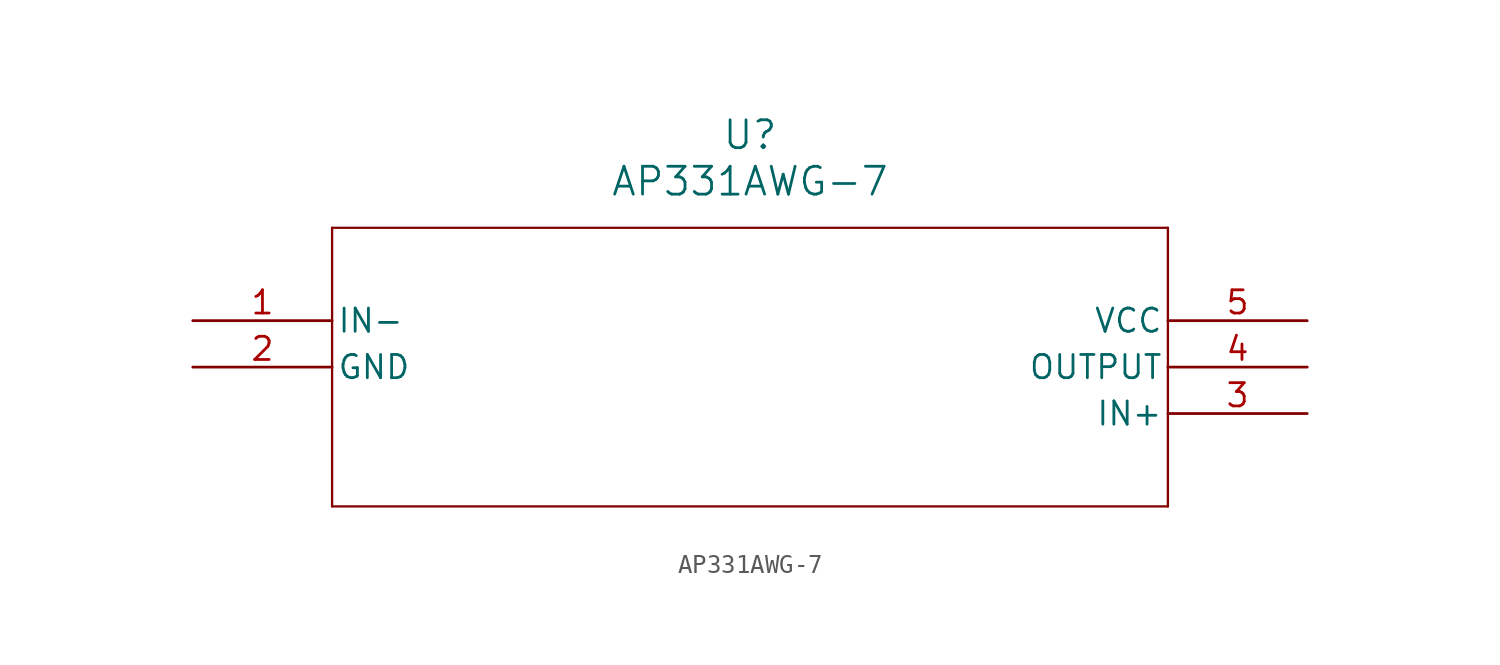
<source format=kicad_sym>
(kicad_symbol_lib
  (version 20211014)
  (generator kicad_symbol_editor)
  (symbol "AP331AWG-7"
    (pin_names
      (offset 0.254))
    (property "Reference" "U"
      (at 30.48 10.16 0)
      (effects (font (size 1.524 1.524))))
    (property "Value" "AP331AWG-7"
      (at 30.48 7.62 0)
      (effects (font (size 1.524 1.524))))
    (symbol "AP331AWG-7_0_1"
      (polyline (pts (xy 7.62 5.08) (xy 7.62 -10.16)) (stroke (width 0.127) (type default) (color 0 0 0 0)) (fill (type none)))
      (polyline (pts (xy 7.62 -10.16) (xy 53.34 -10.16)) (stroke (width 0.127) (type default) (color 0 0 0 0)) (fill (type none)))
      (polyline (pts (xy 53.34 -10.16) (xy 53.34 5.08)) (stroke (width 0.127) (type default) (color 0 0 0 0)) (fill (type none)))
      (polyline (pts (xy 53.34 5.08) (xy 7.62 5.08)) (stroke (width 0.127) (type default) (color 0 0 0 0)) (fill (type none)))
      (pin input line (at 0 0 0) (length 7.62) (name "IN-" (effects (font (size 1.27 1.27)))) (number "1" (effects (font (size 1.27 1.27)))))
      (pin power_in line (at 0 -2.54 0) (length 7.62) (name "GND" (effects (font (size 1.27 1.27)))) (number "2" (effects (font (size 1.27 1.27)))))
      (pin input line (at 60.96 -5.08 180) (length 7.62) (name "IN+" (effects (font (size 1.27 1.27)))) (number "3" (effects (font (size 1.27 1.27)))))
      (pin output line (at 60.96 -2.54 180) (length 7.62) (name "OUTPUT" (effects (font (size 1.27 1.27)))) (number "4" (effects (font (size 1.27 1.27)))))
      (pin power_in line (at 60.96 0 180) (length 7.62) (name "VCC" (effects (font (size 1.27 1.27)))) (number "5" (effects (font (size 1.27 1.27))))))))
</source>
